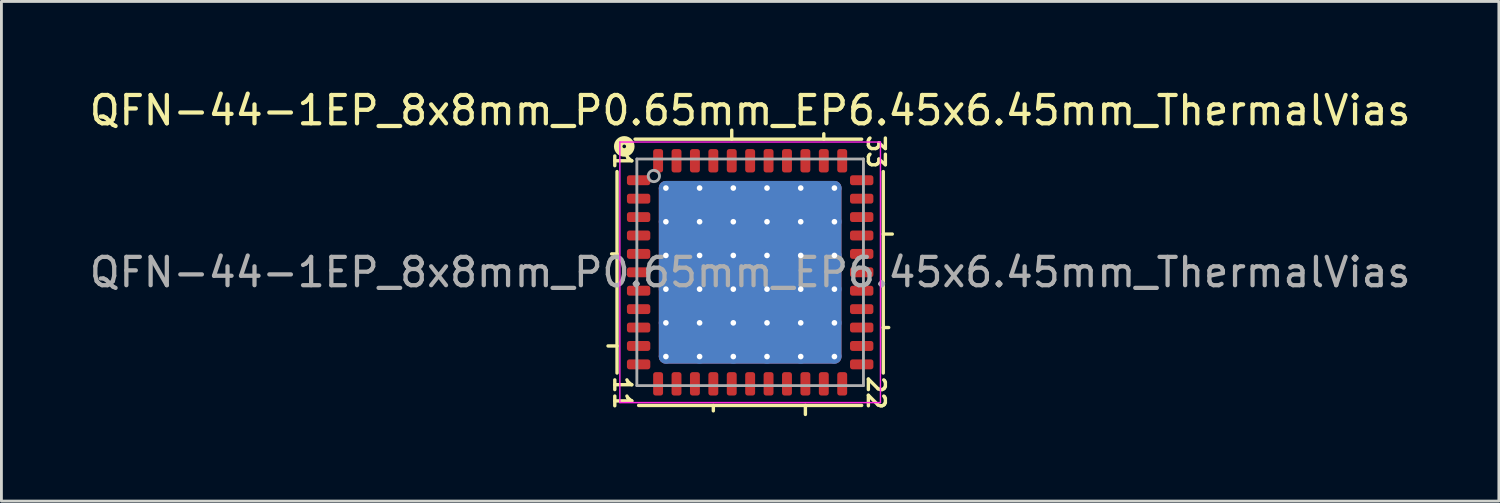
<source format=kicad_pcb>
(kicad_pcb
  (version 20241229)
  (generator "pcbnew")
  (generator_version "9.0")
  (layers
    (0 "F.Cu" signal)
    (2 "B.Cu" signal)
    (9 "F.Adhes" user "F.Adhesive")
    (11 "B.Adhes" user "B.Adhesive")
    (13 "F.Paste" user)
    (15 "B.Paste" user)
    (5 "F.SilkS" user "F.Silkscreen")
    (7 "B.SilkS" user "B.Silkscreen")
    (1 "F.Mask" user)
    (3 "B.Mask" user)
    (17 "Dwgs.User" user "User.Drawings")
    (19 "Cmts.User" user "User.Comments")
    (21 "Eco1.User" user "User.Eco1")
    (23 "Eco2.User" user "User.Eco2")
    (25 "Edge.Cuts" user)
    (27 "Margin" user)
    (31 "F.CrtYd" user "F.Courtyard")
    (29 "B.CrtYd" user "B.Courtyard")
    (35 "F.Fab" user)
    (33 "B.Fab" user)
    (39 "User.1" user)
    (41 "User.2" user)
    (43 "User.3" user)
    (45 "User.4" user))
  (footprint "QFN-44-1EP_8x8mm_P0.65mm_EP6.45x6.45mm_ThermalVias"
    (layer "F.Cu")
    (at 23.435 6.564)
    (property "Reference" "QFN-44-1EP_8x8mm_P0.65mm_EP6.45x6.45mm_ThermalVias" (at 0 -5.716 0) (layer "F.SilkS") (effects (font (size 1 1) (thickness 0.15))))
    (attr smd)
    (fp_line (start -4.7 -3.556) (end -4.7 3.556) (stroke (width 0.12) (type solid)) (layer "F.SilkS"))
    (fp_line (start -4.7 -0.65) (end -4.891 -0.65) (stroke (width 0.12) (type solid)) (layer "F.SilkS"))
    (fp_line (start -4.7 2.6) (end -5.018 2.6) (stroke (width 0.12) (type solid)) (layer "F.SilkS"))
    (fp_line (start -3.937 4.7) (end 3.937 4.7) (stroke (width 0.12) (type solid)) (layer "F.SilkS"))
    (fp_line (start -1.3 4.7) (end -1.3 4.891) (stroke (width 0.12) (type solid)) (layer "F.SilkS"))
    (fp_line (start -0.65 -4.7) (end -0.65 -5.018) (stroke (width 0.12) (type solid)) (layer "F.SilkS"))
    (fp_line (start 1.95 4.7) (end 1.95 5.018) (stroke (width 0.12) (type solid)) (layer "F.SilkS"))
    (fp_line (start 2.6 -4.7) (end 2.6 -4.891) (stroke (width 0.12) (type solid)) (layer "F.SilkS"))
    (fp_line (start 3.937 -4.7) (end -4.064 -4.7) (stroke (width 0.12) (type solid)) (layer "F.SilkS"))
    (fp_line (start 4.7 -1.35) (end 5.018 -1.35) (stroke (width 0.12) (type solid)) (layer "F.SilkS"))
    (fp_line (start 4.7 1.95) (end 4.891 1.95) (stroke (width 0.12) (type solid)) (layer "F.SilkS"))
    (fp_line (start 4.7 3.556) (end 4.7 -3.556) (stroke (width 0.12) (type solid)) (layer "F.SilkS"))
    (fp_circle (center -4.445 -4.445) (end -4.381 -4.445) (stroke (width 0.3) (type solid)) (fill no) (layer "F.SilkS"))
    (fp_line (start -4.6 -4.6) (end -4.6 4.6) (stroke (width 0.05) (type solid)) (layer "F.CrtYd"))
    (fp_line (start -4.6 4.6) (end 4.6 4.6) (stroke (width 0.05) (type solid)) (layer "F.CrtYd"))
    (fp_line (start 4.6 -4.6) (end -4.6 -4.6) (stroke (width 0.05) (type solid)) (layer "F.CrtYd"))
    (fp_line (start 4.6 4.6) (end 4.6 -4.6) (stroke (width 0.05) (type solid)) (layer "F.CrtYd"))
    (fp_line (start -4 -4) (end 4 -4) (stroke (width 0.1) (type solid)) (layer "F.Fab"))
    (fp_line (start -4 4) (end -4 -4) (stroke (width 0.1) (type solid)) (layer "F.Fab"))
    (fp_line (start 4 -4) (end 4 4) (stroke (width 0.1) (type solid)) (layer "F.Fab"))
    (fp_line (start 4 4) (end -4 4) (stroke (width 0.1) (type solid)) (layer "F.Fab"))
    (fp_circle (center -3.4 -3.4) (end -3.2 -3.4) (stroke (width 0.1) (type solid)) (fill no) (layer "F.Fab"))
    (fp_text user "33" (at 4.445 -4.255 270) (unlocked yes) (layer "F.SilkS") (effects (font (size 0.6 0.6) (thickness 0.12))))
    (fp_text user "11" (at -4.508 4.255 270) (unlocked yes) (layer "F.SilkS") (effects (font (size 0.6 0.6) (thickness 0.12))))
    (fp_text user "1" (at -4.508 -3.937 270) (unlocked yes) (layer "F.SilkS") (effects (font (size 0.6 0.6) (thickness 0.12))))
    (fp_text user "22" (at 4.445 4.255 270) (unlocked yes) (layer "F.SilkS") (effects (font (size 0.6 0.6) (thickness 0.12))))
    (fp_text user "${REFERENCE}" (at 0 0 0) (layer "F.Fab") (effects (font (size 1 1) (thickness 0.15))))
    (pad "" smd roundrect (at -2.38 -2.38) (size 0.999 0.999) (layers "F.Paste") (roundrect_rratio 0.25))
    (pad "" smd roundrect (at -2.38 -1.19) (size 0.999 0.999) (layers "F.Paste") (roundrect_rratio 0.25))
    (pad "" smd roundrect (at -2.38 0) (size 0.999 0.999) (layers "F.Paste") (roundrect_rratio 0.25))
    (pad "" smd roundrect (at -2.38 1.19) (size 0.999 0.999) (layers "F.Paste") (roundrect_rratio 0.25))
    (pad "" smd roundrect (at -2.38 2.38) (size 0.999 0.999) (layers "F.Paste") (roundrect_rratio 0.25))
    (pad "" smd roundrect (at -1.19 -2.38) (size 0.999 0.999) (layers "F.Paste") (roundrect_rratio 0.25))
    (pad "" smd roundrect (at -1.19 -1.19) (size 0.999 0.999) (layers "F.Paste") (roundrect_rratio 0.25))
    (pad "" smd roundrect (at -1.19 0) (size 0.999 0.999) (layers "F.Paste") (roundrect_rratio 0.25))
    (pad "" smd roundrect (at -1.19 1.19) (size 0.999 0.999) (layers "F.Paste") (roundrect_rratio 0.25))
    (pad "" smd roundrect (at -1.19 2.38) (size 0.999 0.999) (layers "F.Paste") (roundrect_rratio 0.25))
    (pad "" smd roundrect (at 0 -2.38) (size 0.999 0.999) (layers "F.Paste") (roundrect_rratio 0.25))
    (pad "" smd roundrect (at 0 -1.19) (size 0.999 0.999) (layers "F.Paste") (roundrect_rratio 0.25))
    (pad "" smd roundrect (at 0 0) (size 0.999 0.999) (layers "F.Paste") (roundrect_rratio 0.25))
    (pad "" smd roundrect (at 0 1.19) (size 0.999 0.999) (layers "F.Paste") (roundrect_rratio 0.25))
    (pad "" smd roundrect (at 0 2.38) (size 0.999 0.999) (layers "F.Paste") (roundrect_rratio 0.25))
    (pad "" smd roundrect (at 1.19 -2.38) (size 0.999 0.999) (layers "F.Paste") (roundrect_rratio 0.25))
    (pad "" smd roundrect (at 1.19 -1.19) (size 0.999 0.999) (layers "F.Paste") (roundrect_rratio 0.25))
    (pad "" smd roundrect (at 1.19 0) (size 0.999 0.999) (layers "F.Paste") (roundrect_rratio 0.25))
    (pad "" smd roundrect (at 1.19 1.19) (size 0.999 0.999) (layers "F.Paste") (roundrect_rratio 0.25))
    (pad "" smd roundrect (at 1.19 2.38) (size 0.999 0.999) (layers "F.Paste") (roundrect_rratio 0.25))
    (pad "" smd roundrect (at 2.38 -2.38) (size 0.999 0.999) (layers "F.Paste") (roundrect_rratio 0.25))
    (pad "" smd roundrect (at 2.38 -1.19) (size 0.999 0.999) (layers "F.Paste") (roundrect_rratio 0.25))
    (pad "" smd roundrect (at 2.38 0) (size 0.999 0.999) (layers "F.Paste") (roundrect_rratio 0.25))
    (pad "" smd roundrect (at 2.38 1.19) (size 0.999 0.999) (layers "F.Paste") (roundrect_rratio 0.25))
    (pad "" smd roundrect (at 2.38 2.38) (size 0.999 0.999) (layers "F.Paste") (roundrect_rratio 0.25))
    (pad "1" smd roundrect (at -3.938 -3.25) (size 0.825 0.35) (layers "F.Cu" "F.Mask" "F.Paste") (roundrect_rratio 0.25))
    (pad "2" smd roundrect (at -3.938 -2.6) (size 0.825 0.35) (layers "F.Cu" "F.Mask" "F.Paste") (roundrect_rratio 0.25))
    (pad "3" smd roundrect (at -3.938 -1.95) (size 0.825 0.35) (layers "F.Cu" "F.Mask" "F.Paste") (roundrect_rratio 0.25))
    (pad "4" smd roundrect (at -3.938 -1.3) (size 0.825 0.35) (layers "F.Cu" "F.Mask" "F.Paste") (roundrect_rratio 0.25))
    (pad "5" smd roundrect (at -3.938 -0.65) (size 0.825 0.35) (layers "F.Cu" "F.Mask" "F.Paste") (roundrect_rratio 0.25))
    (pad "6" smd roundrect (at -3.938 0) (size 0.825 0.35) (layers "F.Cu" "F.Mask" "F.Paste") (roundrect_rratio 0.25))
    (pad "7" smd roundrect (at -3.938 0.65) (size 0.825 0.35) (layers "F.Cu" "F.Mask" "F.Paste") (roundrect_rratio 0.25))
    (pad "8" smd roundrect (at -3.938 1.3) (size 0.825 0.35) (layers "F.Cu" "F.Mask" "F.Paste") (roundrect_rratio 0.25))
    (pad "9" smd roundrect (at -3.938 1.95) (size 0.825 0.35) (layers "F.Cu" "F.Mask" "F.Paste") (roundrect_rratio 0.25))
    (pad "10" smd roundrect (at -3.938 2.6) (size 0.825 0.35) (layers "F.Cu" "F.Mask" "F.Paste") (roundrect_rratio 0.25))
    (pad "11" smd roundrect (at -3.938 3.25) (size 0.825 0.35) (layers "F.Cu" "F.Mask" "F.Paste") (roundrect_rratio 0.25))
    (pad "12" smd roundrect (at -3.25 3.938) (size 0.35 0.825) (layers "F.Cu" "F.Mask" "F.Paste") (roundrect_rratio 0.25))
    (pad "13" smd roundrect (at -2.6 3.938) (size 0.35 0.825) (layers "F.Cu" "F.Mask" "F.Paste") (roundrect_rratio 0.25))
    (pad "14" smd roundrect (at -1.95 3.938) (size 0.35 0.825) (layers "F.Cu" "F.Mask" "F.Paste") (roundrect_rratio 0.25))
    (pad "15" smd roundrect (at -1.3 3.938) (size 0.35 0.825) (layers "F.Cu" "F.Mask" "F.Paste") (roundrect_rratio 0.25))
    (pad "16" smd roundrect (at -0.65 3.938) (size 0.35 0.825) (layers "F.Cu" "F.Mask" "F.Paste") (roundrect_rratio 0.25))
    (pad "17" smd roundrect (at 0 3.938) (size 0.35 0.825) (layers "F.Cu" "F.Mask" "F.Paste") (roundrect_rratio 0.25))
    (pad "18" smd roundrect (at 0.65 3.938) (size 0.35 0.825) (layers "F.Cu" "F.Mask" "F.Paste") (roundrect_rratio 0.25))
    (pad "19" smd roundrect (at 1.3 3.938) (size 0.35 0.825) (layers "F.Cu" "F.Mask" "F.Paste") (roundrect_rratio 0.25))
    (pad "20" smd roundrect (at 1.95 3.938) (size 0.35 0.825) (layers "F.Cu" "F.Mask" "F.Paste") (roundrect_rratio 0.25))
    (pad "21" smd roundrect (at 2.6 3.938) (size 0.35 0.825) (layers "F.Cu" "F.Mask" "F.Paste") (roundrect_rratio 0.25))
    (pad "22" smd roundrect (at 3.25 3.938) (size 0.35 0.825) (layers "F.Cu" "F.Mask" "F.Paste") (roundrect_rratio 0.25))
    (pad "23" smd roundrect (at 3.938 3.25) (size 0.825 0.35) (layers "F.Cu" "F.Mask" "F.Paste") (roundrect_rratio 0.25))
    (pad "24" smd roundrect (at 3.938 2.6) (size 0.825 0.35) (layers "F.Cu" "F.Mask" "F.Paste") (roundrect_rratio 0.25))
    (pad "25" smd roundrect (at 3.938 1.95) (size 0.825 0.35) (layers "F.Cu" "F.Mask" "F.Paste") (roundrect_rratio 0.25))
    (pad "26" smd roundrect (at 3.938 1.3) (size 0.825 0.35) (layers "F.Cu" "F.Mask" "F.Paste") (roundrect_rratio 0.25))
    (pad "27" smd roundrect (at 3.938 0.65) (size 0.825 0.35) (layers "F.Cu" "F.Mask" "F.Paste") (roundrect_rratio 0.25))
    (pad "28" smd roundrect (at 3.938 0) (size 0.825 0.35) (layers "F.Cu" "F.Mask" "F.Paste") (roundrect_rratio 0.25))
    (pad "29" smd roundrect (at 3.938 -0.65) (size 0.825 0.35) (layers "F.Cu" "F.Mask" "F.Paste") (roundrect_rratio 0.25))
    (pad "30" smd roundrect (at 3.938 -1.3) (size 0.825 0.35) (layers "F.Cu" "F.Mask" "F.Paste") (roundrect_rratio 0.25))
    (pad "31" smd roundrect (at 3.938 -1.95) (size 0.825 0.35) (layers "F.Cu" "F.Mask" "F.Paste") (roundrect_rratio 0.25))
    (pad "32" smd roundrect (at 3.938 -2.6) (size 0.825 0.35) (layers "F.Cu" "F.Mask" "F.Paste") (roundrect_rratio 0.25))
    (pad "33" smd roundrect (at 3.938 -3.25) (size 0.825 0.35) (layers "F.Cu" "F.Mask" "F.Paste") (roundrect_rratio 0.25))
    (pad "34" smd roundrect (at 3.25 -3.938) (size 0.35 0.825) (layers "F.Cu" "F.Mask" "F.Paste") (roundrect_rratio 0.25))
    (pad "35" smd roundrect (at 2.6 -3.938) (size 0.35 0.825) (layers "F.Cu" "F.Mask" "F.Paste") (roundrect_rratio 0.25))
    (pad "36" smd roundrect (at 1.95 -3.938) (size 0.35 0.825) (layers "F.Cu" "F.Mask" "F.Paste") (roundrect_rratio 0.25))
    (pad "37" smd roundrect (at 1.3 -3.938) (size 0.35 0.825) (layers "F.Cu" "F.Mask" "F.Paste") (roundrect_rratio 0.25))
    (pad "38" smd roundrect (at 0.65 -3.938) (size 0.35 0.825) (layers "F.Cu" "F.Mask" "F.Paste") (roundrect_rratio 0.25))
    (pad "39" smd roundrect (at 0 -3.938) (size 0.35 0.825) (layers "F.Cu" "F.Mask" "F.Paste") (roundrect_rratio 0.25))
    (pad "40" smd roundrect (at -0.65 -3.938) (size 0.35 0.825) (layers "F.Cu" "F.Mask" "F.Paste") (roundrect_rratio 0.25))
    (pad "41" smd roundrect (at -1.3 -3.938) (size 0.35 0.825) (layers "F.Cu" "F.Mask" "F.Paste") (roundrect_rratio 0.25))
    (pad "42" smd roundrect (at -1.95 -3.938) (size 0.35 0.825) (layers "F.Cu" "F.Mask" "F.Paste") (roundrect_rratio 0.25))
    (pad "43" smd roundrect (at -2.6 -3.938) (size 0.35 0.825) (layers "F.Cu" "F.Mask" "F.Paste") (roundrect_rratio 0.25))
    (pad "44" smd roundrect (at -3.25 -3.938) (size 0.35 0.825) (layers "F.Cu" "F.Mask" "F.Paste") (roundrect_rratio 0.25))
    (pad "45" thru_hole circle (at -2.975 -2.975) (size 0.5 0.5) (drill 0.2) (property pad_prop_heatsink) (layers "*.Cu"))
    (pad "45" thru_hole circle (at -2.975 -1.785) (size 0.5 0.5) (drill 0.2) (property pad_prop_heatsink) (layers "*.Cu"))
    (pad "45" thru_hole circle (at -2.975 -0.595) (size 0.5 0.5) (drill 0.2) (property pad_prop_heatsink) (layers "*.Cu"))
    (pad "45" thru_hole circle (at -2.975 0.595) (size 0.5 0.5) (drill 0.2) (property pad_prop_heatsink) (layers "*.Cu"))
    (pad "45" thru_hole circle (at -2.975 1.785) (size 0.5 0.5) (drill 0.2) (property pad_prop_heatsink) (layers "*.Cu"))
    (pad "45" thru_hole circle (at -2.975 2.975) (size 0.5 0.5) (drill 0.2) (property pad_prop_heatsink) (layers "*.Cu"))
    (pad "45" thru_hole circle (at -1.785 -2.975) (size 0.5 0.5) (drill 0.2) (property pad_prop_heatsink) (layers "*.Cu"))
    (pad "45" thru_hole circle (at -1.785 -1.785) (size 0.5 0.5) (drill 0.2) (property pad_prop_heatsink) (layers "*.Cu"))
    (pad "45" thru_hole circle (at -1.785 -0.595) (size 0.5 0.5) (drill 0.2) (property pad_prop_heatsink) (layers "*.Cu"))
    (pad "45" thru_hole circle (at -1.785 0.595) (size 0.5 0.5) (drill 0.2) (property pad_prop_heatsink) (layers "*.Cu"))
    (pad "45" thru_hole circle (at -1.785 1.785) (size 0.5 0.5) (drill 0.2) (property pad_prop_heatsink) (layers "*.Cu"))
    (pad "45" thru_hole circle (at -1.785 2.975) (size 0.5 0.5) (drill 0.2) (property pad_prop_heatsink) (layers "*.Cu"))
    (pad "45" thru_hole circle (at -0.595 -2.975) (size 0.5 0.5) (drill 0.2) (property pad_prop_heatsink) (layers "*.Cu"))
    (pad "45" thru_hole circle (at -0.595 -1.785) (size 0.5 0.5) (drill 0.2) (property pad_prop_heatsink) (layers "*.Cu"))
    (pad "45" thru_hole circle (at -0.595 -0.595) (size 0.5 0.5) (drill 0.2) (property pad_prop_heatsink) (layers "*.Cu"))
    (pad "45" thru_hole circle (at -0.595 0.595) (size 0.5 0.5) (drill 0.2) (property pad_prop_heatsink) (layers "*.Cu"))
    (pad "45" thru_hole circle (at -0.595 1.785) (size 0.5 0.5) (drill 0.2) (property pad_prop_heatsink) (layers "*.Cu"))
    (pad "45" thru_hole circle (at -0.595 2.975) (size 0.5 0.5) (drill 0.2) (property pad_prop_heatsink) (layers "*.Cu"))
    (pad "45" smd roundrect (at 0 0) (size 6.45 6.45) (layers "F.Cu" "F.Mask") (roundrect_rratio 0.039))
    (pad "45" smd roundrect (at 0 0) (size 6.45 6.45) (layers "B.Cu" "B.Mask") (roundrect_rratio 0.039))
    (pad "45" thru_hole circle (at 0.595 -2.975) (size 0.5 0.5) (drill 0.2) (property pad_prop_heatsink) (layers "*.Cu"))
    (pad "45" thru_hole circle (at 0.595 -1.785) (size 0.5 0.5) (drill 0.2) (property pad_prop_heatsink) (layers "*.Cu"))
    (pad "45" thru_hole circle (at 0.595 -0.595) (size 0.5 0.5) (drill 0.2) (property pad_prop_heatsink) (layers "*.Cu"))
    (pad "45" thru_hole circle (at 0.595 0.595) (size 0.5 0.5) (drill 0.2) (property pad_prop_heatsink) (layers "*.Cu"))
    (pad "45" thru_hole circle (at 0.595 1.785) (size 0.5 0.5) (drill 0.2) (property pad_prop_heatsink) (layers "*.Cu"))
    (pad "45" thru_hole circle (at 0.595 2.975) (size 0.5 0.5) (drill 0.2) (property pad_prop_heatsink) (layers "*.Cu"))
    (pad "45" thru_hole circle (at 1.785 -2.975) (size 0.5 0.5) (drill 0.2) (property pad_prop_heatsink) (layers "*.Cu"))
    (pad "45" thru_hole circle (at 1.785 -1.785) (size 0.5 0.5) (drill 0.2) (property pad_prop_heatsink) (layers "*.Cu"))
    (pad "45" thru_hole circle (at 1.785 -0.595) (size 0.5 0.5) (drill 0.2) (property pad_prop_heatsink) (layers "*.Cu"))
    (pad "45" thru_hole circle (at 1.785 0.595) (size 0.5 0.5) (drill 0.2) (property pad_prop_heatsink) (layers "*.Cu"))
    (pad "45" thru_hole circle (at 1.785 1.785) (size 0.5 0.5) (drill 0.2) (property pad_prop_heatsink) (layers "*.Cu"))
    (pad "45" thru_hole circle (at 1.785 2.975) (size 0.5 0.5) (drill 0.2) (property pad_prop_heatsink) (layers "*.Cu"))
    (pad "45" thru_hole circle (at 2.975 -2.975) (size 0.5 0.5) (drill 0.2) (property pad_prop_heatsink) (layers "*.Cu"))
    (pad "45" thru_hole circle (at 2.975 -1.785) (size 0.5 0.5) (drill 0.2) (property pad_prop_heatsink) (layers "*.Cu"))
    (pad "45" thru_hole circle (at 2.975 -0.595) (size 0.5 0.5) (drill 0.2) (property pad_prop_heatsink) (layers "*.Cu"))
    (pad "45" thru_hole circle (at 2.975 0.595) (size 0.5 0.5) (drill 0.2) (property pad_prop_heatsink) (layers "*.Cu"))
    (pad "45" thru_hole circle (at 2.975 1.785) (size 0.5 0.5) (drill 0.2) (property pad_prop_heatsink) (layers "*.Cu"))
    (pad "45" thru_hole circle (at 2.975 2.975) (size 0.5 0.5) (drill 0.2) (property pad_prop_heatsink) (layers "*.Cu")))
  (gr_rect
    (start -3 -3)
    (end 49.869 14.642)
    (stroke (width 0.1) (type default))
    (fill no)
    (layer "Edge.Cuts")))
</source>
